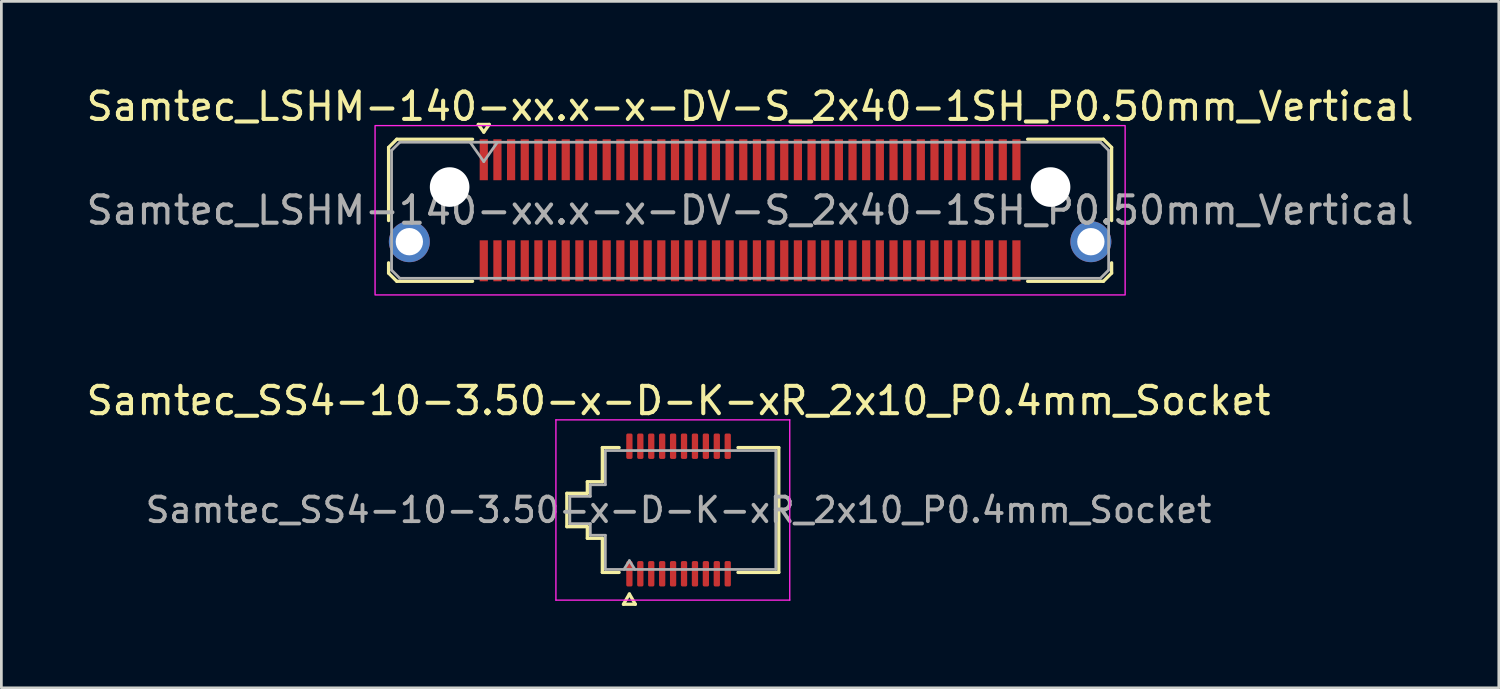
<source format=kicad_pcb>
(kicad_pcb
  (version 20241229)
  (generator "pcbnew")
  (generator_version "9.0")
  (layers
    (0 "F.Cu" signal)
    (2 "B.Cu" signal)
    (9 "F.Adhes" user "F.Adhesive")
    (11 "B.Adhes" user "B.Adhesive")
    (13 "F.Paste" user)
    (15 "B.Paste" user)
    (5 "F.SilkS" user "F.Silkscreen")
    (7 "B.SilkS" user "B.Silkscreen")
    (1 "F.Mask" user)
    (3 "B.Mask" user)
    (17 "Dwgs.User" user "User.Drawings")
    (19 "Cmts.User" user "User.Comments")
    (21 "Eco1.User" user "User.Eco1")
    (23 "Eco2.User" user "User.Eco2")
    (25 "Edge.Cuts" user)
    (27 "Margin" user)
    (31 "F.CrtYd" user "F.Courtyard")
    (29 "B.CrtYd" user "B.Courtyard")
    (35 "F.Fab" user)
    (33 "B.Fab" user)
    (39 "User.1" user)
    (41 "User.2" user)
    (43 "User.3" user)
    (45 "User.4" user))
  (footprint "Samtec_SS4-10-3.50-x-D-K-xR_2x10_P0.4mm_Socket"
    (layer "F.Cu")
    (at 21.792 15.621)
    (property "Reference" "Samtec_SS4-10-3.50-x-D-K-xR_2x10_P0.4mm_Socket" (at 0 -4 0) (layer "F.SilkS") (effects (font (size 1 1) (thickness 0.15))))
    (attr smd)
    (fp_line (start -4.09 -0.61) (end -3.34 -0.61) (stroke (width 0.12) (type solid)) (layer "F.SilkS"))
    (fp_line (start -4.09 0.61) (end -4.09 -0.61) (stroke (width 0.12) (type solid)) (layer "F.SilkS"))
    (fp_line (start -3.34 -1.035) (end -2.79 -1.035) (stroke (width 0.12) (type solid)) (layer "F.SilkS"))
    (fp_line (start -3.34 -0.61) (end -3.34 -1.035) (stroke (width 0.12) (type solid)) (layer "F.SilkS"))
    (fp_line (start -3.34 0.61) (end -4.09 0.61) (stroke (width 0.12) (type solid)) (layer "F.SilkS"))
    (fp_line (start -3.34 1.035) (end -3.34 0.61) (stroke (width 0.12) (type solid)) (layer "F.SilkS"))
    (fp_line (start -2.79 -2.285) (end -2.175 -2.285) (stroke (width 0.12) (type solid)) (layer "F.SilkS"))
    (fp_line (start -2.79 -1.035) (end -2.79 -2.285) (stroke (width 0.12) (type solid)) (layer "F.SilkS"))
    (fp_line (start -2.79 1.035) (end -3.34 1.035) (stroke (width 0.12) (type solid)) (layer "F.SilkS"))
    (fp_line (start -2.79 2.285) (end -2.79 1.035) (stroke (width 0.12) (type solid)) (layer "F.SilkS"))
    (fp_line (start -2.175 2.285) (end -2.79 2.285) (stroke (width 0.12) (type solid)) (layer "F.SilkS"))
    (fp_line (start -2.017 3.45) (end -1.8 3.075) (stroke (width 0.12) (type solid)) (layer "F.SilkS"))
    (fp_line (start -1.8 3.075) (end -1.583 3.45) (stroke (width 0.12) (type solid)) (layer "F.SilkS"))
    (fp_line (start -1.583 3.45) (end -2.017 3.45) (stroke (width 0.12) (type solid)) (layer "F.SilkS"))
    (fp_line (start 2.175 -2.285) (end 3.67 -2.285) (stroke (width 0.12) (type solid)) (layer "F.SilkS"))
    (fp_line (start 3.67 -2.285) (end 3.67 2.285) (stroke (width 0.12) (type solid)) (layer "F.SilkS"))
    (fp_line (start 3.67 2.285) (end 2.175 2.285) (stroke (width 0.12) (type solid)) (layer "F.SilkS"))
    (fp_line (start -4.49 -3.3) (end -4.49 3.3) (stroke (width 0.05) (type solid)) (layer "F.CrtYd"))
    (fp_line (start -4.49 3.3) (end 4.07 3.3) (stroke (width 0.05) (type solid)) (layer "F.CrtYd"))
    (fp_line (start 4.07 -3.3) (end -4.49 -3.3) (stroke (width 0.05) (type solid)) (layer "F.CrtYd"))
    (fp_line (start 4.07 3.3) (end 4.07 -3.3) (stroke (width 0.05) (type solid)) (layer "F.CrtYd"))
    (fp_line (start -3.98 -0.5) (end -3.23 -0.5) (stroke (width 0.1) (type solid)) (layer "F.Fab"))
    (fp_line (start -3.98 0.5) (end -3.98 -0.5) (stroke (width 0.1) (type solid)) (layer "F.Fab"))
    (fp_line (start -3.23 -0.925) (end -2.68 -0.925) (stroke (width 0.1) (type solid)) (layer "F.Fab"))
    (fp_line (start -3.23 -0.5) (end -3.23 -0.925) (stroke (width 0.1) (type solid)) (layer "F.Fab"))
    (fp_line (start -3.23 0.5) (end -3.98 0.5) (stroke (width 0.1) (type solid)) (layer "F.Fab"))
    (fp_line (start -3.23 0.925) (end -3.23 0.5) (stroke (width 0.1) (type solid)) (layer "F.Fab"))
    (fp_line (start -2.68 -2.175) (end 3.56 -2.175) (stroke (width 0.1) (type solid)) (layer "F.Fab"))
    (fp_line (start -2.68 -0.925) (end -2.68 -2.175) (stroke (width 0.1) (type solid)) (layer "F.Fab"))
    (fp_line (start -2.68 0.925) (end -3.23 0.925) (stroke (width 0.1) (type solid)) (layer "F.Fab"))
    (fp_line (start -2.68 2.175) (end -2.68 0.925) (stroke (width 0.1) (type solid)) (layer "F.Fab"))
    (fp_line (start -2 2.175) (end -1.8 1.855) (stroke (width 0.1) (type solid)) (layer "F.Fab"))
    (fp_line (start -1.8 1.855) (end -1.6 2.175) (stroke (width 0.1) (type solid)) (layer "F.Fab"))
    (fp_line (start 3.56 -2.175) (end 3.56 2.175) (stroke (width 0.1) (type solid)) (layer "F.Fab"))
    (fp_line (start 3.56 2.175) (end -2.68 2.175) (stroke (width 0.1) (type solid)) (layer "F.Fab"))
    (fp_text user "${REFERENCE}" (at 0 0 0) (layer "F.Fab") (effects (font (size 0.9 0.9) (thickness 0.14))))
    (pad "1" smd roundrect (at -1.8 2.335) (size 0.23 0.93) (layers "F.Cu" "F.Mask" "F.Paste") (roundrect_rratio 0.25))
    (pad "2" smd roundrect (at -1.8 -2.335) (size 0.23 0.93) (layers "F.Cu" "F.Mask" "F.Paste") (roundrect_rratio 0.25))
    (pad "3" smd roundrect (at -1.4 2.335) (size 0.23 0.93) (layers "F.Cu" "F.Mask" "F.Paste") (roundrect_rratio 0.25))
    (pad "4" smd roundrect (at -1.4 -2.335) (size 0.23 0.93) (layers "F.Cu" "F.Mask" "F.Paste") (roundrect_rratio 0.25))
    (pad "5" smd roundrect (at -1 2.335) (size 0.23 0.93) (layers "F.Cu" "F.Mask" "F.Paste") (roundrect_rratio 0.25))
    (pad "6" smd roundrect (at -1 -2.335) (size 0.23 0.93) (layers "F.Cu" "F.Mask" "F.Paste") (roundrect_rratio 0.25))
    (pad "7" smd roundrect (at -0.6 2.335) (size 0.23 0.93) (layers "F.Cu" "F.Mask" "F.Paste") (roundrect_rratio 0.25))
    (pad "8" smd roundrect (at -0.6 -2.335) (size 0.23 0.93) (layers "F.Cu" "F.Mask" "F.Paste") (roundrect_rratio 0.25))
    (pad "9" smd roundrect (at -0.2 2.335) (size 0.23 0.93) (layers "F.Cu" "F.Mask" "F.Paste") (roundrect_rratio 0.25))
    (pad "10" smd roundrect (at -0.2 -2.335) (size 0.23 0.93) (layers "F.Cu" "F.Mask" "F.Paste") (roundrect_rratio 0.25))
    (pad "11" smd roundrect (at 0.2 2.335) (size 0.23 0.93) (layers "F.Cu" "F.Mask" "F.Paste") (roundrect_rratio 0.25))
    (pad "12" smd roundrect (at 0.2 -2.335) (size 0.23 0.93) (layers "F.Cu" "F.Mask" "F.Paste") (roundrect_rratio 0.25))
    (pad "13" smd roundrect (at 0.6 2.335) (size 0.23 0.93) (layers "F.Cu" "F.Mask" "F.Paste") (roundrect_rratio 0.25))
    (pad "14" smd roundrect (at 0.6 -2.335) (size 0.23 0.93) (layers "F.Cu" "F.Mask" "F.Paste") (roundrect_rratio 0.25))
    (pad "15" smd roundrect (at 1 2.335) (size 0.23 0.93) (layers "F.Cu" "F.Mask" "F.Paste") (roundrect_rratio 0.25))
    (pad "16" smd roundrect (at 1 -2.335) (size 0.23 0.93) (layers "F.Cu" "F.Mask" "F.Paste") (roundrect_rratio 0.25))
    (pad "17" smd roundrect (at 1.4 2.335) (size 0.23 0.93) (layers "F.Cu" "F.Mask" "F.Paste") (roundrect_rratio 0.25))
    (pad "18" smd roundrect (at 1.4 -2.335) (size 0.23 0.93) (layers "F.Cu" "F.Mask" "F.Paste") (roundrect_rratio 0.25))
    (pad "19" smd roundrect (at 1.8 2.335) (size 0.23 0.93) (layers "F.Cu" "F.Mask" "F.Paste") (roundrect_rratio 0.25))
    (pad "20" smd roundrect (at 1.8 -2.335) (size 0.23 0.93) (layers "F.Cu" "F.Mask" "F.Paste") (roundrect_rratio 0.25)))
  (footprint "Samtec_LSHM-140-xx.x-x-DV-S_2x40-1SH_P0.50mm_Vertical"
    (layer "F.Cu")
    (at 24.411 4.648)
    (property "Reference" "Samtec_LSHM-140-xx.x-x-DV-S_2x40-1SH_P0.50mm_Vertical" (at 0 -3.8 0) (layer "F.SilkS") (effects (font (size 1 1) (thickness 0.15))))
    (attr smd)
    (fp_line (start -13.235 -2.3) (end -13.235 0.377) (stroke (width 0.12) (type solid)) (layer "F.SilkS"))
    (fp_line (start -13.235 1.923) (end -13.235 2.3) (stroke (width 0.12) (type solid)) (layer "F.SilkS"))
    (fp_line (start -13.235 2.3) (end -12.935 2.6) (stroke (width 0.12) (type solid)) (layer "F.SilkS"))
    (fp_line (start -12.935 -2.6) (end -13.235 -2.3) (stroke (width 0.12) (type solid)) (layer "F.SilkS"))
    (fp_line (start -12.935 2.6) (end -10.16 2.6) (stroke (width 0.12) (type solid)) (layer "F.SilkS"))
    (fp_line (start -10.16 -2.6) (end -12.935 -2.6) (stroke (width 0.12) (type solid)) (layer "F.SilkS"))
    (fp_line (start -9.95 -3.143) (end -9.55 -3.143) (stroke (width 0.12) (type solid)) (layer "F.SilkS"))
    (fp_line (start -9.75 -2.86) (end -9.95 -3.143) (stroke (width 0.12) (type solid)) (layer "F.SilkS"))
    (fp_line (start -9.55 -3.143) (end -9.75 -2.86) (stroke (width 0.12) (type solid)) (layer "F.SilkS"))
    (fp_line (start 10.16 -2.6) (end 12.935 -2.6) (stroke (width 0.12) (type solid)) (layer "F.SilkS"))
    (fp_line (start 12.935 -2.6) (end 13.235 -2.3) (stroke (width 0.12) (type solid)) (layer "F.SilkS"))
    (fp_line (start 12.935 2.6) (end 10.16 2.6) (stroke (width 0.12) (type solid)) (layer "F.SilkS"))
    (fp_line (start 13.235 -2.3) (end 13.235 0.377) (stroke (width 0.12) (type solid)) (layer "F.SilkS"))
    (fp_line (start 13.235 1.923) (end 13.235 2.3) (stroke (width 0.12) (type solid)) (layer "F.SilkS"))
    (fp_line (start 13.235 2.3) (end 12.935 2.6) (stroke (width 0.12) (type solid)) (layer "F.SilkS"))
    (fp_rect (start -13.73 -3.1) (end 13.73 3.1) (stroke (width 0.05) (type solid)) (fill no) (layer "F.CrtYd"))
    (fp_line (start -13.125 -2.19) (end -13.125 2.19) (stroke (width 0.1) (type solid)) (layer "F.Fab"))
    (fp_line (start -13.125 2.19) (end -12.825 2.49) (stroke (width 0.1) (type solid)) (layer "F.Fab"))
    (fp_line (start -12.825 -2.49) (end -13.125 -2.19) (stroke (width 0.1) (type solid)) (layer "F.Fab"))
    (fp_line (start -12.825 2.49) (end 0 2.49) (stroke (width 0.1) (type solid)) (layer "F.Fab"))
    (fp_line (start -10.25 -2.49) (end -9.75 -1.783) (stroke (width 0.1) (type solid)) (layer "F.Fab"))
    (fp_line (start -9.75 -1.783) (end -9.25 -2.49) (stroke (width 0.1) (type solid)) (layer "F.Fab"))
    (fp_line (start 0 -2.49) (end -12.825 -2.49) (stroke (width 0.1) (type solid)) (layer "F.Fab"))
    (fp_line (start 0 -2.49) (end 12.825 -2.49) (stroke (width 0.1) (type solid)) (layer "F.Fab"))
    (fp_line (start 12.825 -2.49) (end 13.125 -2.19) (stroke (width 0.1) (type solid)) (layer "F.Fab"))
    (fp_line (start 12.825 2.49) (end 0 2.49) (stroke (width 0.1) (type solid)) (layer "F.Fab"))
    (fp_line (start 13.125 -2.19) (end 13.125 2.19) (stroke (width 0.1) (type solid)) (layer "F.Fab"))
    (fp_line (start 13.125 2.19) (end 12.825 2.49) (stroke (width 0.1) (type solid)) (layer "F.Fab"))
    (fp_text user "${REFERENCE}" (at 0 0 0) (layer "F.Fab") (effects (font (size 1 1) (thickness 0.15))))
    (pad "" np_thru_hole circle (at -11 -0.85) (size 1.45 1.45) (drill 1.45) (layers "*.Cu" "*.Mask"))
    (pad "" np_thru_hole circle (at 11 -0.85) (size 1.45 1.45) (drill 1.45) (layers "*.Cu" "*.Mask"))
    (pad "1" smd rect (at -9.75 -1.85) (size 0.3 1.5) (layers "F.Cu" "F.Mask" "F.Paste"))
    (pad "2" smd rect (at -9.75 1.85) (size 0.3 1.5) (layers "F.Cu" "F.Mask" "F.Paste"))
    (pad "3" smd rect (at -9.25 -1.85) (size 0.3 1.5) (layers "F.Cu" "F.Mask" "F.Paste"))
    (pad "4" smd rect (at -9.25 1.85) (size 0.3 1.5) (layers "F.Cu" "F.Mask" "F.Paste"))
    (pad "5" smd rect (at -8.75 -1.85) (size 0.3 1.5) (layers "F.Cu" "F.Mask" "F.Paste"))
    (pad "6" smd rect (at -8.75 1.85) (size 0.3 1.5) (layers "F.Cu" "F.Mask" "F.Paste"))
    (pad "7" smd rect (at -8.25 -1.85) (size 0.3 1.5) (layers "F.Cu" "F.Mask" "F.Paste"))
    (pad "8" smd rect (at -8.25 1.85) (size 0.3 1.5) (layers "F.Cu" "F.Mask" "F.Paste"))
    (pad "9" smd rect (at -7.75 -1.85) (size 0.3 1.5) (layers "F.Cu" "F.Mask" "F.Paste"))
    (pad "10" smd rect (at -7.75 1.85) (size 0.3 1.5) (layers "F.Cu" "F.Mask" "F.Paste"))
    (pad "11" smd rect (at -7.25 -1.85) (size 0.3 1.5) (layers "F.Cu" "F.Mask" "F.Paste"))
    (pad "12" smd rect (at -7.25 1.85) (size 0.3 1.5) (layers "F.Cu" "F.Mask" "F.Paste"))
    (pad "13" smd rect (at -6.75 -1.85) (size 0.3 1.5) (layers "F.Cu" "F.Mask" "F.Paste"))
    (pad "14" smd rect (at -6.75 1.85) (size 0.3 1.5) (layers "F.Cu" "F.Mask" "F.Paste"))
    (pad "15" smd rect (at -6.25 -1.85) (size 0.3 1.5) (layers "F.Cu" "F.Mask" "F.Paste"))
    (pad "16" smd rect (at -6.25 1.85) (size 0.3 1.5) (layers "F.Cu" "F.Mask" "F.Paste"))
    (pad "17" smd rect (at -5.75 -1.85) (size 0.3 1.5) (layers "F.Cu" "F.Mask" "F.Paste"))
    (pad "18" smd rect (at -5.75 1.85) (size 0.3 1.5) (layers "F.Cu" "F.Mask" "F.Paste"))
    (pad "19" smd rect (at -5.25 -1.85) (size 0.3 1.5) (layers "F.Cu" "F.Mask" "F.Paste"))
    (pad "20" smd rect (at -5.25 1.85) (size 0.3 1.5) (layers "F.Cu" "F.Mask" "F.Paste"))
    (pad "21" smd rect (at -4.75 -1.85) (size 0.3 1.5) (layers "F.Cu" "F.Mask" "F.Paste"))
    (pad "22" smd rect (at -4.75 1.85) (size 0.3 1.5) (layers "F.Cu" "F.Mask" "F.Paste"))
    (pad "23" smd rect (at -4.25 -1.85) (size 0.3 1.5) (layers "F.Cu" "F.Mask" "F.Paste"))
    (pad "24" smd rect (at -4.25 1.85) (size 0.3 1.5) (layers "F.Cu" "F.Mask" "F.Paste"))
    (pad "25" smd rect (at -3.75 -1.85) (size 0.3 1.5) (layers "F.Cu" "F.Mask" "F.Paste"))
    (pad "26" smd rect (at -3.75 1.85) (size 0.3 1.5) (layers "F.Cu" "F.Mask" "F.Paste"))
    (pad "27" smd rect (at -3.25 -1.85) (size 0.3 1.5) (layers "F.Cu" "F.Mask" "F.Paste"))
    (pad "28" smd rect (at -3.25 1.85) (size 0.3 1.5) (layers "F.Cu" "F.Mask" "F.Paste"))
    (pad "29" smd rect (at -2.75 -1.85) (size 0.3 1.5) (layers "F.Cu" "F.Mask" "F.Paste"))
    (pad "30" smd rect (at -2.75 1.85) (size 0.3 1.5) (layers "F.Cu" "F.Mask" "F.Paste"))
    (pad "31" smd rect (at -2.25 -1.85) (size 0.3 1.5) (layers "F.Cu" "F.Mask" "F.Paste"))
    (pad "32" smd rect (at -2.25 1.85) (size 0.3 1.5) (layers "F.Cu" "F.Mask" "F.Paste"))
    (pad "33" smd rect (at -1.75 -1.85) (size 0.3 1.5) (layers "F.Cu" "F.Mask" "F.Paste"))
    (pad "34" smd rect (at -1.75 1.85) (size 0.3 1.5) (layers "F.Cu" "F.Mask" "F.Paste"))
    (pad "35" smd rect (at -1.25 -1.85) (size 0.3 1.5) (layers "F.Cu" "F.Mask" "F.Paste"))
    (pad "36" smd rect (at -1.25 1.85) (size 0.3 1.5) (layers "F.Cu" "F.Mask" "F.Paste"))
    (pad "37" smd rect (at -0.75 -1.85) (size 0.3 1.5) (layers "F.Cu" "F.Mask" "F.Paste"))
    (pad "38" smd rect (at -0.75 1.85) (size 0.3 1.5) (layers "F.Cu" "F.Mask" "F.Paste"))
    (pad "39" smd rect (at -0.25 -1.85) (size 0.3 1.5) (layers "F.Cu" "F.Mask" "F.Paste"))
    (pad "40" smd rect (at -0.25 1.85) (size 0.3 1.5) (layers "F.Cu" "F.Mask" "F.Paste"))
    (pad "41" smd rect (at 0.25 -1.85) (size 0.3 1.5) (layers "F.Cu" "F.Mask" "F.Paste"))
    (pad "42" smd rect (at 0.25 1.85) (size 0.3 1.5) (layers "F.Cu" "F.Mask" "F.Paste"))
    (pad "43" smd rect (at 0.75 -1.85) (size 0.3 1.5) (layers "F.Cu" "F.Mask" "F.Paste"))
    (pad "44" smd rect (at 0.75 1.85) (size 0.3 1.5) (layers "F.Cu" "F.Mask" "F.Paste"))
    (pad "45" smd rect (at 1.25 -1.85) (size 0.3 1.5) (layers "F.Cu" "F.Mask" "F.Paste"))
    (pad "46" smd rect (at 1.25 1.85) (size 0.3 1.5) (layers "F.Cu" "F.Mask" "F.Paste"))
    (pad "47" smd rect (at 1.75 -1.85) (size 0.3 1.5) (layers "F.Cu" "F.Mask" "F.Paste"))
    (pad "48" smd rect (at 1.75 1.85) (size 0.3 1.5) (layers "F.Cu" "F.Mask" "F.Paste"))
    (pad "49" smd rect (at 2.25 -1.85) (size 0.3 1.5) (layers "F.Cu" "F.Mask" "F.Paste"))
    (pad "50" smd rect (at 2.25 1.85) (size 0.3 1.5) (layers "F.Cu" "F.Mask" "F.Paste"))
    (pad "51" smd rect (at 2.75 -1.85) (size 0.3 1.5) (layers "F.Cu" "F.Mask" "F.Paste"))
    (pad "52" smd rect (at 2.75 1.85) (size 0.3 1.5) (layers "F.Cu" "F.Mask" "F.Paste"))
    (pad "53" smd rect (at 3.25 -1.85) (size 0.3 1.5) (layers "F.Cu" "F.Mask" "F.Paste"))
    (pad "54" smd rect (at 3.25 1.85) (size 0.3 1.5) (layers "F.Cu" "F.Mask" "F.Paste"))
    (pad "55" smd rect (at 3.75 -1.85) (size 0.3 1.5) (layers "F.Cu" "F.Mask" "F.Paste"))
    (pad "56" smd rect (at 3.75 1.85) (size 0.3 1.5) (layers "F.Cu" "F.Mask" "F.Paste"))
    (pad "57" smd rect (at 4.25 -1.85) (size 0.3 1.5) (layers "F.Cu" "F.Mask" "F.Paste"))
    (pad "58" smd rect (at 4.25 1.85) (size 0.3 1.5) (layers "F.Cu" "F.Mask" "F.Paste"))
    (pad "59" smd rect (at 4.75 -1.85) (size 0.3 1.5) (layers "F.Cu" "F.Mask" "F.Paste"))
    (pad "60" smd rect (at 4.75 1.85) (size 0.3 1.5) (layers "F.Cu" "F.Mask" "F.Paste"))
    (pad "61" smd rect (at 5.25 -1.85) (size 0.3 1.5) (layers "F.Cu" "F.Mask" "F.Paste"))
    (pad "62" smd rect (at 5.25 1.85) (size 0.3 1.5) (layers "F.Cu" "F.Mask" "F.Paste"))
    (pad "63" smd rect (at 5.75 -1.85) (size 0.3 1.5) (layers "F.Cu" "F.Mask" "F.Paste"))
    (pad "64" smd rect (at 5.75 1.85) (size 0.3 1.5) (layers "F.Cu" "F.Mask" "F.Paste"))
    (pad "65" smd rect (at 6.25 -1.85) (size 0.3 1.5) (layers "F.Cu" "F.Mask" "F.Paste"))
    (pad "66" smd rect (at 6.25 1.85) (size 0.3 1.5) (layers "F.Cu" "F.Mask" "F.Paste"))
    (pad "67" smd rect (at 6.75 -1.85) (size 0.3 1.5) (layers "F.Cu" "F.Mask" "F.Paste"))
    (pad "68" smd rect (at 6.75 1.85) (size 0.3 1.5) (layers "F.Cu" "F.Mask" "F.Paste"))
    (pad "69" smd rect (at 7.25 -1.85) (size 0.3 1.5) (layers "F.Cu" "F.Mask" "F.Paste"))
    (pad "70" smd rect (at 7.25 1.85) (size 0.3 1.5) (layers "F.Cu" "F.Mask" "F.Paste"))
    (pad "71" smd rect (at 7.75 -1.85) (size 0.3 1.5) (layers "F.Cu" "F.Mask" "F.Paste"))
    (pad "72" smd rect (at 7.75 1.85) (size 0.3 1.5) (layers "F.Cu" "F.Mask" "F.Paste"))
    (pad "73" smd rect (at 8.25 -1.85) (size 0.3 1.5) (layers "F.Cu" "F.Mask" "F.Paste"))
    (pad "74" smd rect (at 8.25 1.85) (size 0.3 1.5) (layers "F.Cu" "F.Mask" "F.Paste"))
    (pad "75" smd rect (at 8.75 -1.85) (size 0.3 1.5) (layers "F.Cu" "F.Mask" "F.Paste"))
    (pad "76" smd rect (at 8.75 1.85) (size 0.3 1.5) (layers "F.Cu" "F.Mask" "F.Paste"))
    (pad "77" smd rect (at 9.25 -1.85) (size 0.3 1.5) (layers "F.Cu" "F.Mask" "F.Paste"))
    (pad "78" smd rect (at 9.25 1.85) (size 0.3 1.5) (layers "F.Cu" "F.Mask" "F.Paste"))
    (pad "79" smd rect (at 9.75 -1.85) (size 0.3 1.5) (layers "F.Cu" "F.Mask" "F.Paste"))
    (pad "80" smd rect (at 9.75 1.85) (size 0.3 1.5) (layers "F.Cu" "F.Mask" "F.Paste"))
    (pad "SH" thru_hole circle (at -12.475 1.15) (size 1.5 1.5) (drill 1) (layers "*.Cu" "*.Mask"))
    (pad "SH" thru_hole circle (at 12.475 1.15) (size 1.5 1.5) (drill 1) (layers "*.Cu" "*.Mask")))
  (gr_rect
    (start -3 -3)
    (end 51.821 22.131)
    (stroke (width 0.1) (type default))
    (fill no)
    (layer "Edge.Cuts")))
</source>
